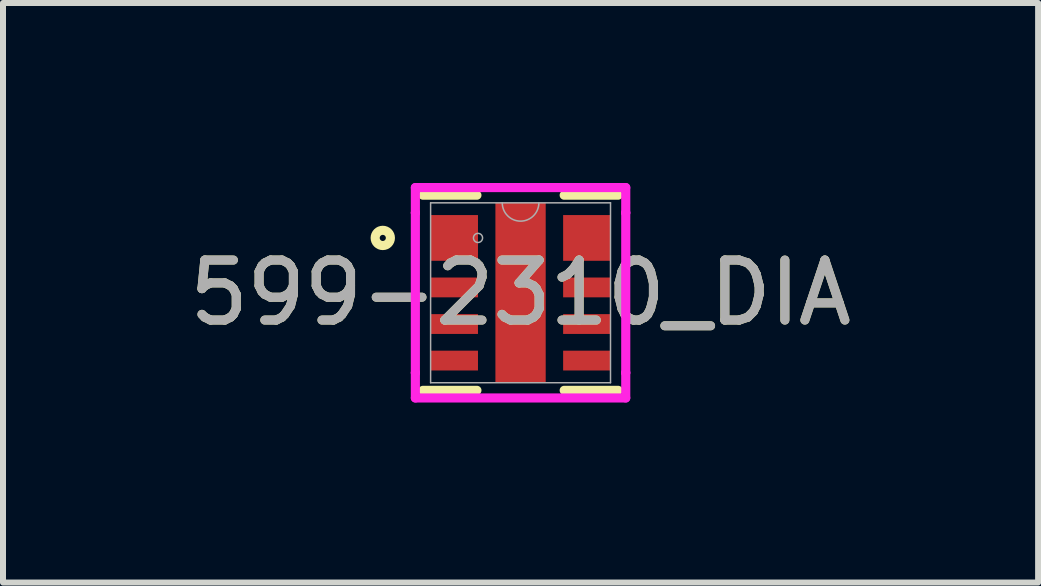
<source format=kicad_pcb>
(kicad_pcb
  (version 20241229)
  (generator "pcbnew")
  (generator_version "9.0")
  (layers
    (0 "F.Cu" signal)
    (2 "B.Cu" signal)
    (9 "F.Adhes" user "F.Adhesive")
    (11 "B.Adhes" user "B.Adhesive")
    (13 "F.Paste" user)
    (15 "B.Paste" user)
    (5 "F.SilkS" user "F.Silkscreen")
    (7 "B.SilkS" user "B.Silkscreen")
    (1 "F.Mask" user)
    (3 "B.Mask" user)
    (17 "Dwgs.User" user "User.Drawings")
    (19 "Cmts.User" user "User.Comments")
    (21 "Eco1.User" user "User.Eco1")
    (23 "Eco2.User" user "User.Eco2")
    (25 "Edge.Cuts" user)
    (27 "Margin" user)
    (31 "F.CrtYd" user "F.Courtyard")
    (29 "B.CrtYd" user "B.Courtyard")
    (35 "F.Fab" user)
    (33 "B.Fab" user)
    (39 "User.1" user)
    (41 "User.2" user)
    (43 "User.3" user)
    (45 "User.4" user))
  (footprint "599-2310_DIA"
    (layer "F.Cu")
    (at 5.625 1.829)
    (property "Reference" "599-2310_DIA" (at 0 0 0) (unlocked yes) (layer "F.SilkS") (effects (font (size 1 1) (thickness 0.15))))
    (attr smd)
    (fp_line (start -1.626 1.626) (end -0.727 1.626) (stroke (width 0.152) (type solid)) (layer "F.SilkS"))
    (fp_line (start -0.727 -1.626) (end -1.626 -1.626) (stroke (width 0.152) (type solid)) (layer "F.SilkS"))
    (fp_line (start 0.727 1.626) (end 1.626 1.626) (stroke (width 0.152) (type solid)) (layer "F.SilkS"))
    (fp_line (start 1.626 -1.626) (end 0.727 -1.626) (stroke (width 0.152) (type solid)) (layer "F.SilkS"))
    (fp_circle (center -2.296 -0.914) (end -2.169 -0.914) (stroke (width 0.152) (type solid)) (fill no) (layer "F.SilkS"))
    (fp_poly (pts (xy -0.319 -1.399) (xy -0.319 -0.1) (xy 0.319 -0.1) (xy 0.319 -1.399)) (stroke (width 0) (type solid)) (fill yes) (layer "F.Paste"))
    (fp_poly (pts (xy -0.319 0.1) (xy -0.319 1.399) (xy 0.319 1.399) (xy 0.319 0.1)) (stroke (width 0) (type solid)) (fill yes) (layer "F.Paste"))
    (fp_line (start -1.753 -1.753) (end 1.753 -1.753) (stroke (width 0.152) (type solid)) (layer "F.CrtYd"))
    (fp_line (start -1.753 -1.333) (end -1.753 -1.753) (stroke (width 0.152) (type solid)) (layer "F.CrtYd"))
    (fp_line (start -1.753 -1.333) (end -1.753 -1.333) (stroke (width 0.152) (type solid)) (layer "F.CrtYd"))
    (fp_line (start -1.753 1.333) (end -1.753 -1.333) (stroke (width 0.152) (type solid)) (layer "F.CrtYd"))
    (fp_line (start -1.753 1.333) (end -1.753 1.333) (stroke (width 0.152) (type solid)) (layer "F.CrtYd"))
    (fp_line (start -1.753 1.753) (end -1.753 1.333) (stroke (width 0.152) (type solid)) (layer "F.CrtYd"))
    (fp_line (start 1.753 -1.753) (end 1.753 -1.333) (stroke (width 0.152) (type solid)) (layer "F.CrtYd"))
    (fp_line (start 1.753 -1.333) (end 1.753 -1.333) (stroke (width 0.152) (type solid)) (layer "F.CrtYd"))
    (fp_line (start 1.753 -1.333) (end 1.753 1.333) (stroke (width 0.152) (type solid)) (layer "F.CrtYd"))
    (fp_line (start 1.753 1.333) (end 1.753 1.333) (stroke (width 0.152) (type solid)) (layer "F.CrtYd"))
    (fp_line (start 1.753 1.333) (end 1.753 1.753) (stroke (width 0.152) (type solid)) (layer "F.CrtYd"))
    (fp_line (start 1.753 1.753) (end -1.753 1.753) (stroke (width 0.152) (type solid)) (layer "F.CrtYd"))
    (fp_line (start -1.499 -1.499) (end -1.499 1.499) (stroke (width 0.025) (type solid)) (layer "F.Fab"))
    (fp_line (start -1.499 1.499) (end 1.499 1.499) (stroke (width 0.025) (type solid)) (layer "F.Fab"))
    (fp_line (start 1.499 -1.499) (end -1.499 -1.499) (stroke (width 0.025) (type solid)) (layer "F.Fab"))
    (fp_line (start 1.499 1.499) (end 1.499 -1.499) (stroke (width 0.025) (type solid)) (layer "F.Fab"))
    (fp_arc (start 0.3048 -1.4986) (mid 0 -1.1938) (end -0.3048 -1.4986) (stroke (width 0.0254) (type solid)) (layer "F.Fab"))
    (fp_circle (center -0.709 -0.914) (end -0.633 -0.914) (stroke (width 0.025) (type solid)) (fill no) (layer "F.Fab"))
    (fp_text user "${REFERENCE}" (at 0 0 0) (unlocked yes) (layer "F.Fab") (effects (font (size 1 1) (thickness 0.15))))
    (pad "1" smd rect (at -1.103 -0.914) (size 0.787 0.762) (layers "F.Cu" "F.Mask" "F.Paste"))
    (pad "2" smd rect (at 1.103 -0.914) (size 0.787 0.762) (layers "F.Cu" "F.Mask" "F.Paste"))
    (pad "3" smd rect (at 1.103 -0.089) (size 0.787 0.33) (layers "F.Cu" "F.Mask" "F.Paste"))
    (pad "4" smd rect (at -1.103 -0.089) (size 0.787 0.33) (layers "F.Cu" "F.Mask" "F.Paste"))
    (pad "5" smd rect (at 1.103 0.521) (size 0.787 0.33) (layers "F.Cu" "F.Mask" "F.Paste"))
    (pad "6" smd rect (at 0 0) (size 0.838 2.997) (layers "F.Cu" "F.Mask"))
    (pad "7" smd rect (at -1.103 0.521) (size 0.787 0.33) (layers "F.Cu" "F.Mask" "F.Paste"))
    (pad "8" smd rect (at 1.103 1.13) (size 0.787 0.33) (layers "F.Cu" "F.Mask" "F.Paste"))
    (pad "9" smd rect (at -1.103 1.13) (size 0.787 0.33) (layers "F.Cu" "F.Mask" "F.Paste")))
  (gr_rect
    (start -3 -3)
    (end 14.25 6.658)
    (stroke (width 0.1) (type default))
    (fill no)
    (layer "Edge.Cuts")))
</source>
